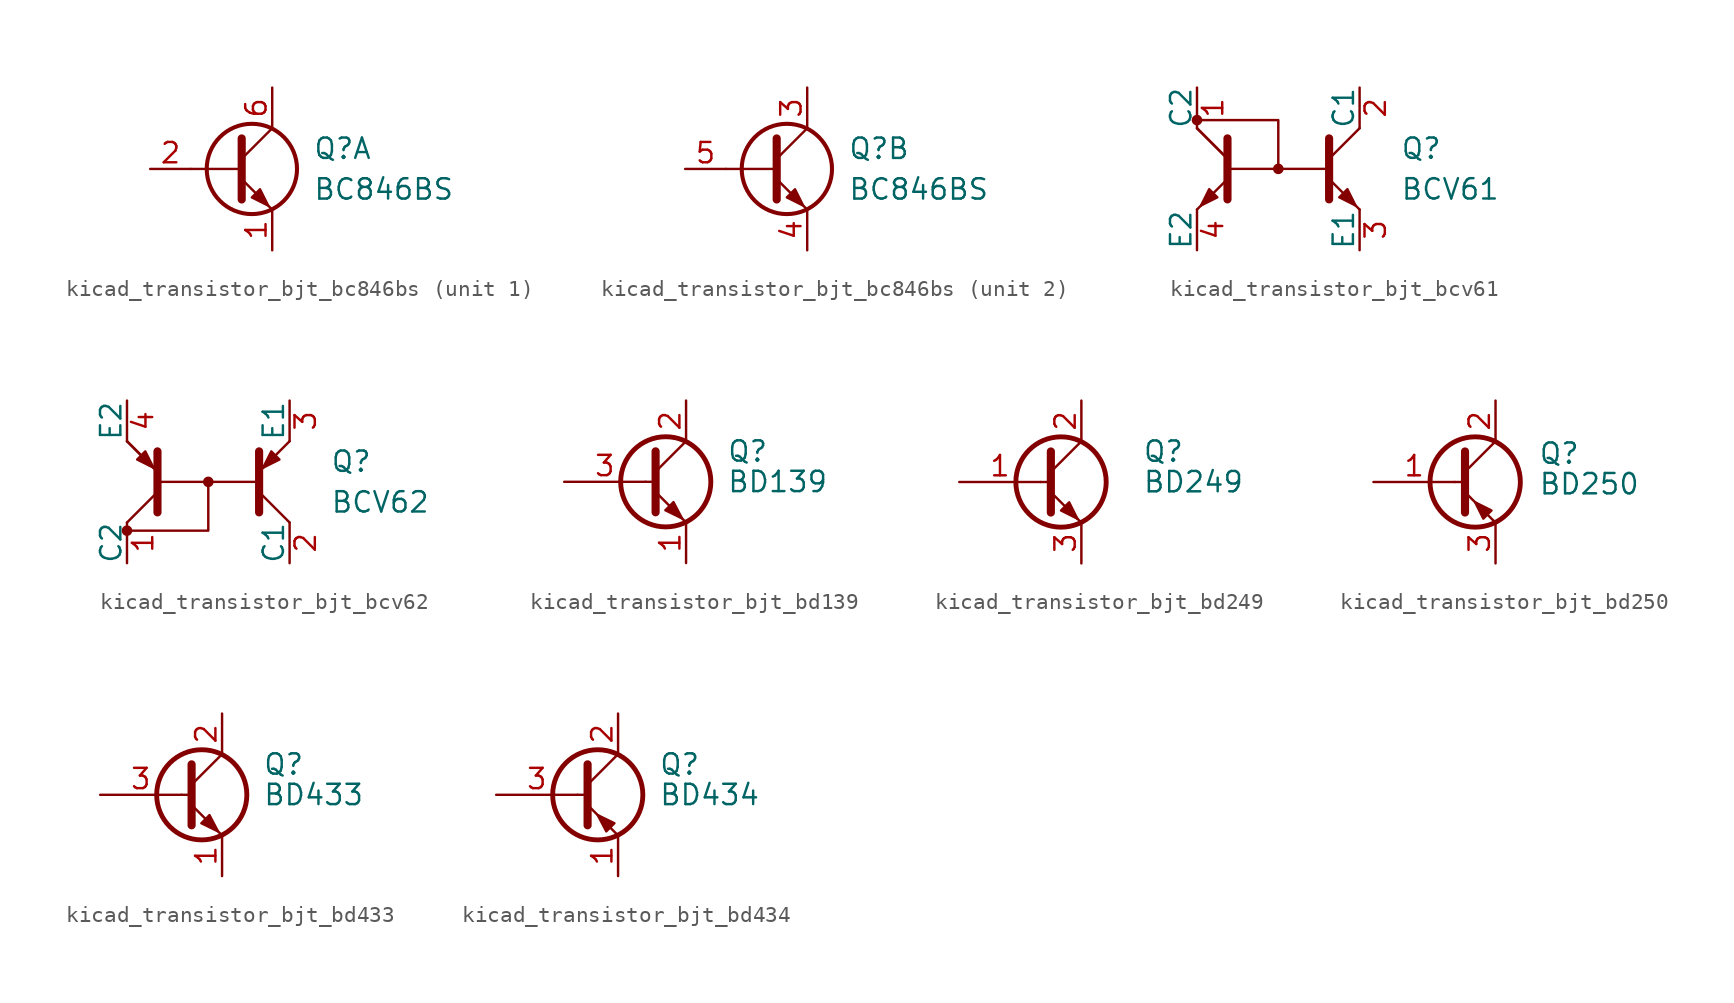
<source format=kicad_sym>
(kicad_symbol_lib
  (version 20220914)
  (generator kicad_symbol_editor)
  (symbol "kicad_transistor_bjt_bc846bs"
    (pin_names
      (offset 0) hide)
    (property "Reference" "Q"
      (at 5.08 1.27 0)
      (effects (font (size 1.27 1.27)) (justify left)))
    (property "Value" "BC846BS"
      (at 5.08 -1.27 0)
      (effects (font (size 1.27 1.27)) (justify left)))
    (property "ki_locked" ""
      (at 0 0 0)
      (effects (font (size 1.27 1.27))))
    (symbol "kicad_transistor_bjt_bc846bs_0_1"
      (polyline (pts (xy 0.635 0) (xy -2.54 0)) (stroke (width 0) (type default)) (fill (type none)))
      (polyline (pts (xy 0.635 0.635) (xy 2.54 2.54)) (stroke (width 0) (type default)) (fill (type none)))
      (polyline (pts (xy 0.635 -0.635) (xy 2.54 -2.54) (xy 2.54 -2.54)) (stroke (width 0) (type default)) (fill (type none)))
      (polyline (pts (xy 0.635 1.905) (xy 0.635 -1.905) (xy 0.635 -1.905)) (stroke (width 0.508) (type default)) (fill (type none)))
      (polyline (pts (xy 1.27 -1.778) (xy 1.778 -1.27) (xy 2.286 -2.286) (xy 1.27 -1.778) (xy 1.27 -1.778)) (stroke (width 0) (type default)) (fill (type outline)))
      (circle (center 1.27 0) (radius 2.819) (stroke (width 0.254) (type default)) (fill (type none))))
    (symbol "kicad_transistor_bjt_bc846bs_1_1"
      (pin passive line (at 2.54 -5.08 90) (length 2.54) (name "E1" (effects (font (size 1.27 1.27)))) (number "1" (effects (font (size 1.27 1.27)))))
      (pin input line (at -5.08 0 0) (length 2.54) (name "B1" (effects (font (size 1.27 1.27)))) (number "2" (effects (font (size 1.27 1.27)))))
      (pin passive line (at 2.54 5.08 270) (length 2.54) (name "C1" (effects (font (size 1.27 1.27)))) (number "6" (effects (font (size 1.27 1.27))))))
    (symbol "kicad_transistor_bjt_bc846bs_2_1"
      (pin passive line (at 2.54 5.08 270) (length 2.54) (name "C2" (effects (font (size 1.27 1.27)))) (number "3" (effects (font (size 1.27 1.27)))))
      (pin passive line (at 2.54 -5.08 90) (length 2.54) (name "E2" (effects (font (size 1.27 1.27)))) (number "4" (effects (font (size 1.27 1.27)))))
      (pin input line (at -5.08 0 0) (length 2.54) (name "B2" (effects (font (size 1.27 1.27)))) (number "5" (effects (font (size 1.27 1.27)))))))
  (symbol "kicad_transistor_bjt_bcv61"
    (pin_names
      (offset 0))
    (property "Reference" "Q"
      (at 7.62 1.27 0)
      (effects (font (size 1.27 1.27)) (justify left)))
    (property "Value" "BCV61"
      (at 7.62 -1.27 0)
      (effects (font (size 1.27 1.27)) (justify left)))
    (symbol "kicad_transistor_bjt_bcv61_0_1"
      (circle (center -5.08 3.048) (radius 0.254) (stroke (width 0) (type default)) (fill (type outline)))
      (polyline (pts (xy -5.08 -2.54) (xy -3.175 -0.635)) (stroke (width 0) (type default)) (fill (type none)))
      (polyline (pts (xy -5.08 2.54) (xy -3.175 0.635)) (stroke (width 0) (type default)) (fill (type none)))
      (polyline (pts (xy -5.08 2.54) (xy -3.175 0.635)) (stroke (width 0) (type default)) (fill (type none)))
      (polyline (pts (xy 3.175 0) (xy -3.175 0)) (stroke (width 0) (type default)) (fill (type none)))
      (polyline (pts (xy 5.08 -2.54) (xy 3.175 -0.635)) (stroke (width 0) (type default)) (fill (type none)))
      (polyline (pts (xy 5.08 2.54) (xy 3.175 0.635)) (stroke (width 0) (type default)) (fill (type none)))
      (polyline (pts (xy -3.175 -1.905) (xy -3.175 1.905) (xy -3.175 1.905)) (stroke (width 0.508) (type default)) (fill (type outline)))
      (polyline (pts (xy 0 0) (xy 0 3.048) (xy -5.08 3.048)) (stroke (width 0) (type default)) (fill (type none)))
      (polyline (pts (xy 3.175 -1.905) (xy 3.175 1.905) (xy 3.175 1.905)) (stroke (width 0.508) (type default)) (fill (type outline)))
      (polyline (pts (xy -3.81 -1.778) (xy -4.318 -1.27) (xy -4.826 -2.286) (xy -3.81 -1.778) (xy -3.81 -1.778)) (stroke (width 0) (type default)) (fill (type outline)))
      (polyline (pts (xy 3.81 -1.778) (xy 4.318 -1.27) (xy 4.826 -2.286) (xy 3.81 -1.778) (xy 3.81 -1.778)) (stroke (width 0) (type default)) (fill (type outline)))
      (circle (center 0 0) (radius 0.254) (stroke (width 0) (type default)) (fill (type outline))))
    (symbol "kicad_transistor_bjt_bcv61_1_1"
      (pin passive line (at -5.08 5.08 270) (length 2.54) (name "C2" (effects (font (size 1.27 1.27)))) (number "1" (effects (font (size 1.27 1.27)))))
      (pin passive line (at 5.08 5.08 270) (length 2.54) (name "C1" (effects (font (size 1.27 1.27)))) (number "2" (effects (font (size 1.27 1.27)))))
      (pin passive line (at 5.08 -5.08 90) (length 2.54) (name "E1" (effects (font (size 1.27 1.27)))) (number "3" (effects (font (size 1.27 1.27)))))
      (pin passive line (at -5.08 -5.08 90) (length 2.54) (name "E2" (effects (font (size 1.27 1.27)))) (number "4" (effects (font (size 1.27 1.27)))))))
  (symbol "kicad_transistor_bjt_bcv62"
    (pin_names
      (offset 0))
    (property "Reference" "Q"
      (at 7.62 1.27 0)
      (effects (font (size 1.27 1.27)) (justify left)))
    (property "Value" "BCV62"
      (at 7.62 -1.27 0)
      (effects (font (size 1.27 1.27)) (justify left)))
    (symbol "kicad_transistor_bjt_bcv62_0_1"
      (circle (center -5.08 -3.048) (radius 0.254) (stroke (width 0) (type default)) (fill (type outline)))
      (polyline (pts (xy -5.08 -2.54) (xy -3.175 -0.635)) (stroke (width 0) (type default)) (fill (type none)))
      (polyline (pts (xy -5.08 2.54) (xy -3.175 0.635)) (stroke (width 0) (type default)) (fill (type none)))
      (polyline (pts (xy -5.08 2.54) (xy -3.175 0.635)) (stroke (width 0) (type default)) (fill (type none)))
      (polyline (pts (xy 3.175 0) (xy -3.175 0)) (stroke (width 0) (type default)) (fill (type none)))
      (polyline (pts (xy 5.08 -2.54) (xy 3.175 -0.635)) (stroke (width 0) (type default)) (fill (type none)))
      (polyline (pts (xy 5.08 2.54) (xy 3.175 0.635)) (stroke (width 0) (type default)) (fill (type none)))
      (polyline (pts (xy -3.175 -1.905) (xy -3.175 1.905) (xy -3.175 1.905)) (stroke (width 0.508) (type default)) (fill (type outline)))
      (polyline (pts (xy 0 0) (xy 0 -3.048) (xy -5.08 -3.048)) (stroke (width 0) (type default)) (fill (type none)))
      (polyline (pts (xy 3.175 -1.905) (xy 3.175 1.905) (xy 3.175 1.905)) (stroke (width 0.508) (type default)) (fill (type outline)))
      (polyline (pts (xy -3.937 1.905) (xy -4.445 1.397) (xy -3.429 0.889) (xy -3.937 1.905) (xy -3.937 1.905)) (stroke (width 0) (type default)) (fill (type outline)))
      (polyline (pts (xy 3.937 1.905) (xy 4.445 1.397) (xy 3.429 0.889) (xy 3.937 1.905) (xy 3.937 1.905)) (stroke (width 0) (type default)) (fill (type outline)))
      (circle (center 0 0) (radius 0.254) (stroke (width 0) (type default)) (fill (type outline))))
    (symbol "kicad_transistor_bjt_bcv62_1_1"
      (pin passive line (at -5.08 -5.08 90) (length 2.54) (name "C2" (effects (font (size 1.27 1.27)))) (number "1" (effects (font (size 1.27 1.27)))))
      (pin passive line (at 5.08 -5.08 90) (length 2.54) (name "C1" (effects (font (size 1.27 1.27)))) (number "2" (effects (font (size 1.27 1.27)))))
      (pin passive line (at 5.08 5.08 270) (length 2.54) (name "E1" (effects (font (size 1.27 1.27)))) (number "3" (effects (font (size 1.27 1.27)))))
      (pin passive line (at -5.08 5.08 270) (length 2.54) (name "E2" (effects (font (size 1.27 1.27)))) (number "4" (effects (font (size 1.27 1.27)))))))
  (symbol "kicad_transistor_bjt_bd139"
    (pin_names
      (offset 0) hide)
    (property "Reference" "Q"
      (at 5.08 1.905 0)
      (effects (font (size 1.27 1.27)) (justify left)))
    (property "Value" "BD139"
      (at 5.08 0 0)
      (effects (font (size 1.27 1.27)) (justify left)))
    (symbol "kicad_transistor_bjt_bd139_0_1"
      (polyline (pts (xy 0 0) (xy 0.635 0)) (stroke (width 0) (type default)) (fill (type none)))
      (polyline (pts (xy 2.54 -2.54) (xy 0.635 -0.635)) (stroke (width 0) (type default)) (fill (type none)))
      (polyline (pts (xy 2.54 2.54) (xy 0.635 0.635)) (stroke (width 0) (type default)) (fill (type none)))
      (polyline (pts (xy 0.635 1.905) (xy 0.635 -1.905) (xy 0.635 -1.905)) (stroke (width 0.508) (type default)) (fill (type outline)))
      (polyline (pts (xy 1.245 -1.778) (xy 1.753 -1.27) (xy 2.286 -2.286) (xy 1.245 -1.778) (xy 1.245 -1.778)) (stroke (width 0) (type default)) (fill (type outline)))
      (circle (center 1.27 0) (radius 2.819) (stroke (width 0.305) (type default)) (fill (type none))))
    (symbol "kicad_transistor_bjt_bd139_1_1"
      (pin passive line (at 2.54 -5.08 90) (length 2.54) (name "E" (effects (font (size 1.27 1.27)))) (number "1" (effects (font (size 1.27 1.27)))))
      (pin passive line (at 2.54 5.08 270) (length 2.54) (name "C" (effects (font (size 1.27 1.27)))) (number "2" (effects (font (size 1.27 1.27)))))
      (pin input line (at -5.08 0 0) (length 5.08) (name "B" (effects (font (size 1.27 1.27)))) (number "3" (effects (font (size 1.27 1.27)))))))
  (symbol "kicad_transistor_bjt_bd249"
    (pin_names
      (offset 0) hide)
    (property "Reference" "Q"
      (at 6.35 1.905 0)
      (effects (font (size 1.27 1.27)) (justify left)))
    (property "Value" "BD249"
      (at 6.35 0 0)
      (effects (font (size 1.27 1.27)) (justify left)))
    (symbol "kicad_transistor_bjt_bd249_0_1"
      (polyline (pts (xy 0 0) (xy 0.635 0)) (stroke (width 0) (type default)) (fill (type none)))
      (polyline (pts (xy 2.54 2.54) (xy 0.635 0.635)) (stroke (width 0) (type default)) (fill (type none)))
      (polyline (pts (xy 0.635 1.905) (xy 0.635 -1.905) (xy 0.635 -1.905)) (stroke (width 0.508) (type default)) (fill (type none)))
      (polyline (pts (xy 2.286 -2.286) (xy 1.778 -1.778) (xy 1.778 -1.778)) (stroke (width 0) (type default)) (fill (type none)))
      (polyline (pts (xy 2.54 -2.54) (xy 0.635 -0.635) (xy 1.27 -1.27)) (stroke (width 0) (type default)) (fill (type outline)))
      (polyline (pts (xy 1.27 -1.778) (xy 1.778 -1.27) (xy 2.286 -2.286) (xy 1.27 -1.778) (xy 1.27 -1.778)) (stroke (width 0) (type default)) (fill (type outline)))
      (circle (center 1.27 0) (radius 2.819) (stroke (width 0.305) (type default)) (fill (type none))))
    (symbol "kicad_transistor_bjt_bd249_1_1"
      (pin input line (at -5.08 0 0) (length 5.08) (name "B" (effects (font (size 1.27 1.27)))) (number "1" (effects (font (size 1.27 1.27)))))
      (pin passive line (at 2.54 5.08 270) (length 2.54) (name "C" (effects (font (size 1.27 1.27)))) (number "2" (effects (font (size 1.27 1.27)))))
      (pin passive line (at 2.54 -5.08 90) (length 2.54) (name "E" (effects (font (size 1.27 1.27)))) (number "3" (effects (font (size 1.27 1.27)))))))
  (symbol "kicad_transistor_bjt_bd250"
    (pin_names
      (offset 0) hide)
    (property "Reference" "Q"
      (at 5.207 1.778 0)
      (effects (font (size 1.27 1.27)) (justify left)))
    (property "Value" "BD250"
      (at 5.207 -0.127 0)
      (effects (font (size 1.27 1.27)) (justify left)))
    (symbol "kicad_transistor_bjt_bd250_0_1"
      (polyline (pts (xy 0 0) (xy 0.635 0)) (stroke (width 0) (type default)) (fill (type none)))
      (polyline (pts (xy 2.54 2.54) (xy 0.635 0.635)) (stroke (width 0) (type default)) (fill (type none)))
      (polyline (pts (xy 0.635 -0.635) (xy 2.54 -2.54) (xy 2.54 -2.54)) (stroke (width 0) (type default)) (fill (type none)))
      (polyline (pts (xy 0.635 1.905) (xy 0.635 -1.905) (xy 0.635 -1.905)) (stroke (width 0.508) (type default)) (fill (type none)))
      (polyline (pts (xy 1.778 -2.286) (xy 2.286 -1.778) (xy 1.27 -1.27) (xy 1.778 -2.286) (xy 1.778 -2.286)) (stroke (width 0) (type default)) (fill (type outline)))
      (circle (center 1.27 0) (radius 2.819) (stroke (width 0.305) (type default)) (fill (type none))))
    (symbol "kicad_transistor_bjt_bd250_1_1"
      (pin input line (at -5.08 0 0) (length 5.08) (name "B" (effects (font (size 1.27 1.27)))) (number "1" (effects (font (size 1.27 1.27)))))
      (pin passive line (at 2.54 5.08 270) (length 2.54) (name "C" (effects (font (size 1.27 1.27)))) (number "2" (effects (font (size 1.27 1.27)))))
      (pin passive line (at 2.54 -5.08 90) (length 2.54) (name "E" (effects (font (size 1.27 1.27)))) (number "3" (effects (font (size 1.27 1.27)))))))
  (symbol "kicad_transistor_bjt_bd433"
    (pin_names
      (offset 0) hide)
    (property "Reference" "Q"
      (at 5.08 1.905 0)
      (effects (font (size 1.27 1.27)) (justify left)))
    (property "Value" "BD433"
      (at 5.08 0 0)
      (effects (font (size 1.27 1.27)) (justify left)))
    (symbol "kicad_transistor_bjt_bd433_0_1"
      (polyline (pts (xy 0 0) (xy 0.635 0)) (stroke (width 0) (type default)) (fill (type none)))
      (polyline (pts (xy 2.54 -2.54) (xy 0.635 -0.635)) (stroke (width 0) (type default)) (fill (type none)))
      (polyline (pts (xy 2.54 2.54) (xy 0.635 0.635)) (stroke (width 0) (type default)) (fill (type none)))
      (polyline (pts (xy 0.635 1.905) (xy 0.635 -1.905) (xy 0.635 -1.905)) (stroke (width 0.508) (type default)) (fill (type outline)))
      (polyline (pts (xy 1.245 -1.778) (xy 1.753 -1.27) (xy 2.286 -2.286) (xy 1.245 -1.778) (xy 1.245 -1.778)) (stroke (width 0) (type default)) (fill (type outline)))
      (circle (center 1.27 0) (radius 2.819) (stroke (width 0.305) (type default)) (fill (type none))))
    (symbol "kicad_transistor_bjt_bd433_1_1"
      (pin passive line (at 2.54 -5.08 90) (length 2.54) (name "E" (effects (font (size 1.27 1.27)))) (number "1" (effects (font (size 1.27 1.27)))))
      (pin passive line (at 2.54 5.08 270) (length 2.54) (name "C" (effects (font (size 1.27 1.27)))) (number "2" (effects (font (size 1.27 1.27)))))
      (pin input line (at -5.08 0 0) (length 5.08) (name "B" (effects (font (size 1.27 1.27)))) (number "3" (effects (font (size 1.27 1.27)))))))
  (symbol "kicad_transistor_bjt_bd434"
    (pin_names
      (offset 0) hide)
    (property "Reference" "Q"
      (at 5.08 1.905 0)
      (effects (font (size 1.27 1.27)) (justify left)))
    (property "Value" "BD434"
      (at 5.08 0 0)
      (effects (font (size 1.27 1.27)) (justify left)))
    (symbol "kicad_transistor_bjt_bd434_0_1"
      (polyline (pts (xy 0 0) (xy 0.635 0)) (stroke (width 0) (type default)) (fill (type none)))
      (polyline (pts (xy 2.54 -2.54) (xy 0.635 -0.635)) (stroke (width 0) (type default)) (fill (type none)))
      (polyline (pts (xy 2.54 2.54) (xy 0.635 0.635)) (stroke (width 0) (type default)) (fill (type none)))
      (polyline (pts (xy 0.635 1.905) (xy 0.635 -1.905) (xy 0.635 -1.905)) (stroke (width 0.508) (type default)) (fill (type outline)))
      (polyline (pts (xy 2.311 -1.778) (xy 1.803 -2.286) (xy 1.27 -1.27) (xy 2.311 -1.778) (xy 2.311 -1.778)) (stroke (width 0) (type default)) (fill (type outline)))
      (circle (center 1.27 0) (radius 2.819) (stroke (width 0.305) (type default)) (fill (type none))))
    (symbol "kicad_transistor_bjt_bd434_1_1"
      (pin passive line (at 2.54 -5.08 90) (length 2.54) (name "E" (effects (font (size 1.27 1.27)))) (number "1" (effects (font (size 1.27 1.27)))))
      (pin passive line (at 2.54 5.08 270) (length 2.54) (name "C" (effects (font (size 1.27 1.27)))) (number "2" (effects (font (size 1.27 1.27)))))
      (pin input line (at -5.08 0 0) (length 5.08) (name "B" (effects (font (size 1.27 1.27)))) (number "3" (effects (font (size 1.27 1.27))))))))
</source>
